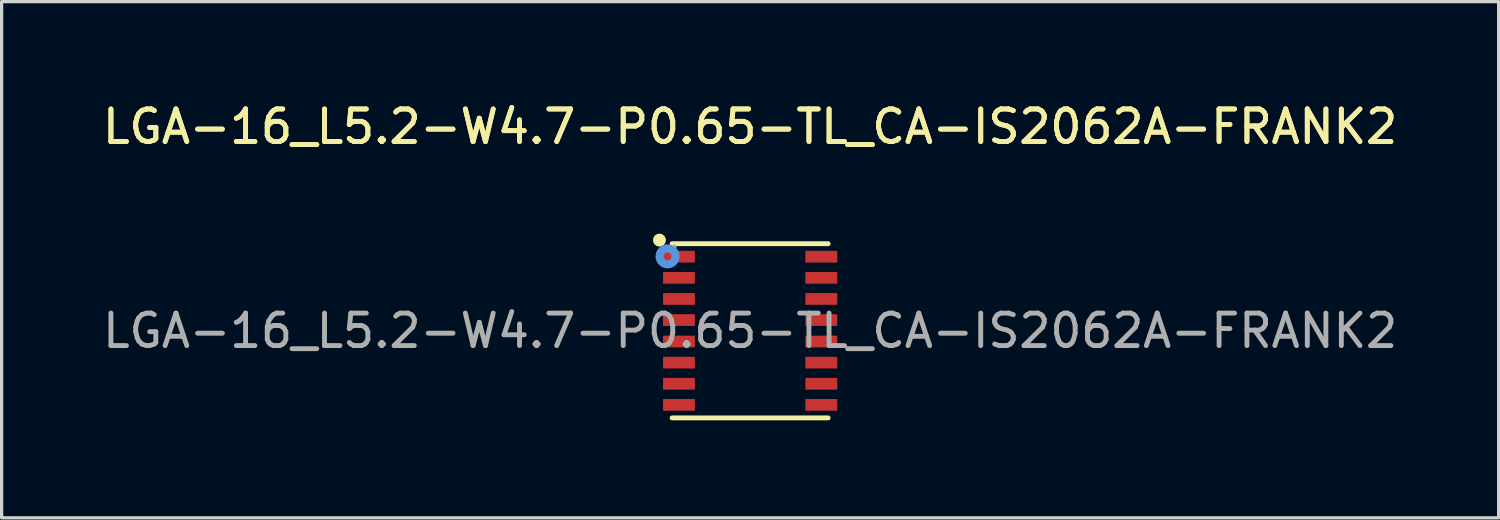
<source format=kicad_pcb>
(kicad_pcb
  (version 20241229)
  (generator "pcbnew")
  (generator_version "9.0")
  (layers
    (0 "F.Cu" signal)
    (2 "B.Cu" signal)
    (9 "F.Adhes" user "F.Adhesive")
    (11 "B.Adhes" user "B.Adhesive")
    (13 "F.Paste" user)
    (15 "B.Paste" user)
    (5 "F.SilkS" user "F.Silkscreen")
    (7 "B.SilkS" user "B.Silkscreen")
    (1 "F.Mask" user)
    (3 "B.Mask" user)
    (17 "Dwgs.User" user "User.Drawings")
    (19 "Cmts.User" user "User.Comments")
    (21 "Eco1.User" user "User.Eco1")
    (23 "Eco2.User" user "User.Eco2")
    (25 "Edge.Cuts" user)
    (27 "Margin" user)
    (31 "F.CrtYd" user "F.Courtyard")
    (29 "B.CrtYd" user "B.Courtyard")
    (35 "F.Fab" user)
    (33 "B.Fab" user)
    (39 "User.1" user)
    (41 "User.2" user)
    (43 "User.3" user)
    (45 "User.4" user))
  (footprint "LGA-16_L5.2-W4.7-P0.65-TL_CA-IS2062A-FRANK2"
    (layer "F.Cu")
    (at 20.03 7.128)
    (property "Reference" "LGA-16_L5.2-W4.7-P0.65-TL_CA-IS2062A-FRANK2" (at 0 -6.28 0) (layer "F.SilkS") (effects (font (size 1 1) (thickness 0.15))))
    (attr through_hole)
    (fp_line (start -2.4 -2.68) (end 2.4 -2.68) (stroke (width 0.15) (type solid)) (layer "F.SilkS"))
    (fp_line (start -2.4 2.68) (end 2.4 2.68) (stroke (width 0.15) (type solid)) (layer "F.SilkS"))
    (fp_circle (center -2.79 -2.79) (end -2.69 -2.79) (stroke (width 0.2) (type solid)) (fill no) (layer "F.SilkS"))
    (fp_circle (center -2.54 -2.29) (end -2.42 -2.29) (stroke (width 0.25) (type solid)) (fill no) (layer "Cmts.User"))
    (fp_circle (center -2.32 -2.6) (end -2.29 -2.6) (stroke (width 0.06) (type solid)) (fill no) (layer "F.Fab"))
    (fp_text user "${REFERENCE}" (at 0 -6.28 0) (layer "F.SilkS") (effects (font (size 1 1) (thickness 0.15))))
    (fp_text user "${REFERENCE}" (at 0 0 0) (layer "F.Fab") (effects (font (size 1 1) (thickness 0.15))))
    (pad "1" smd rect (at -2.19 -2.28) (size 0.98 0.36) (layers "F.Cu" "F.Mask" "F.Paste"))
    (pad "2" smd rect (at -2.19 -1.63) (size 0.98 0.36) (layers "F.Cu" "F.Mask" "F.Paste"))
    (pad "3" smd rect (at -2.19 -0.98) (size 0.98 0.36) (layers "F.Cu" "F.Mask" "F.Paste"))
    (pad "4" smd rect (at -2.19 -0.33) (size 0.98 0.36) (layers "F.Cu" "F.Mask" "F.Paste"))
    (pad "5" smd rect (at -2.19 0.33) (size 0.98 0.36) (layers "F.Cu" "F.Mask" "F.Paste"))
    (pad "6" smd rect (at -2.19 0.98) (size 0.98 0.36) (layers "F.Cu" "F.Mask" "F.Paste"))
    (pad "7" smd rect (at -2.19 1.63) (size 0.98 0.36) (layers "F.Cu" "F.Mask" "F.Paste"))
    (pad "8" smd rect (at -2.19 2.28) (size 0.98 0.36) (layers "F.Cu" "F.Mask" "F.Paste"))
    (pad "9" smd rect (at 2.19 2.28) (size 0.98 0.36) (layers "F.Cu" "F.Mask" "F.Paste"))
    (pad "10" smd rect (at 2.19 1.63) (size 0.98 0.36) (layers "F.Cu" "F.Mask" "F.Paste"))
    (pad "11" smd rect (at 2.19 0.98) (size 0.98 0.36) (layers "F.Cu" "F.Mask" "F.Paste"))
    (pad "12" smd rect (at 2.19 0.33) (size 0.98 0.36) (layers "F.Cu" "F.Mask" "F.Paste"))
    (pad "13" smd rect (at 2.19 -0.33) (size 0.98 0.36) (layers "F.Cu" "F.Mask" "F.Paste"))
    (pad "14" smd rect (at 2.19 -0.98) (size 0.98 0.36) (layers "F.Cu" "F.Mask" "F.Paste"))
    (pad "15" smd rect (at 2.19 -1.63) (size 0.98 0.36) (layers "F.Cu" "F.Mask" "F.Paste"))
    (pad "16" smd rect (at 2.19 -2.28) (size 0.98 0.36) (layers "F.Cu" "F.Mask" "F.Paste")))
  (gr_rect
    (start -3 -3)
    (end 43.06 12.883)
    (stroke (width 0.1) (type default))
    (fill no)
    (layer "Edge.Cuts")))
</source>
